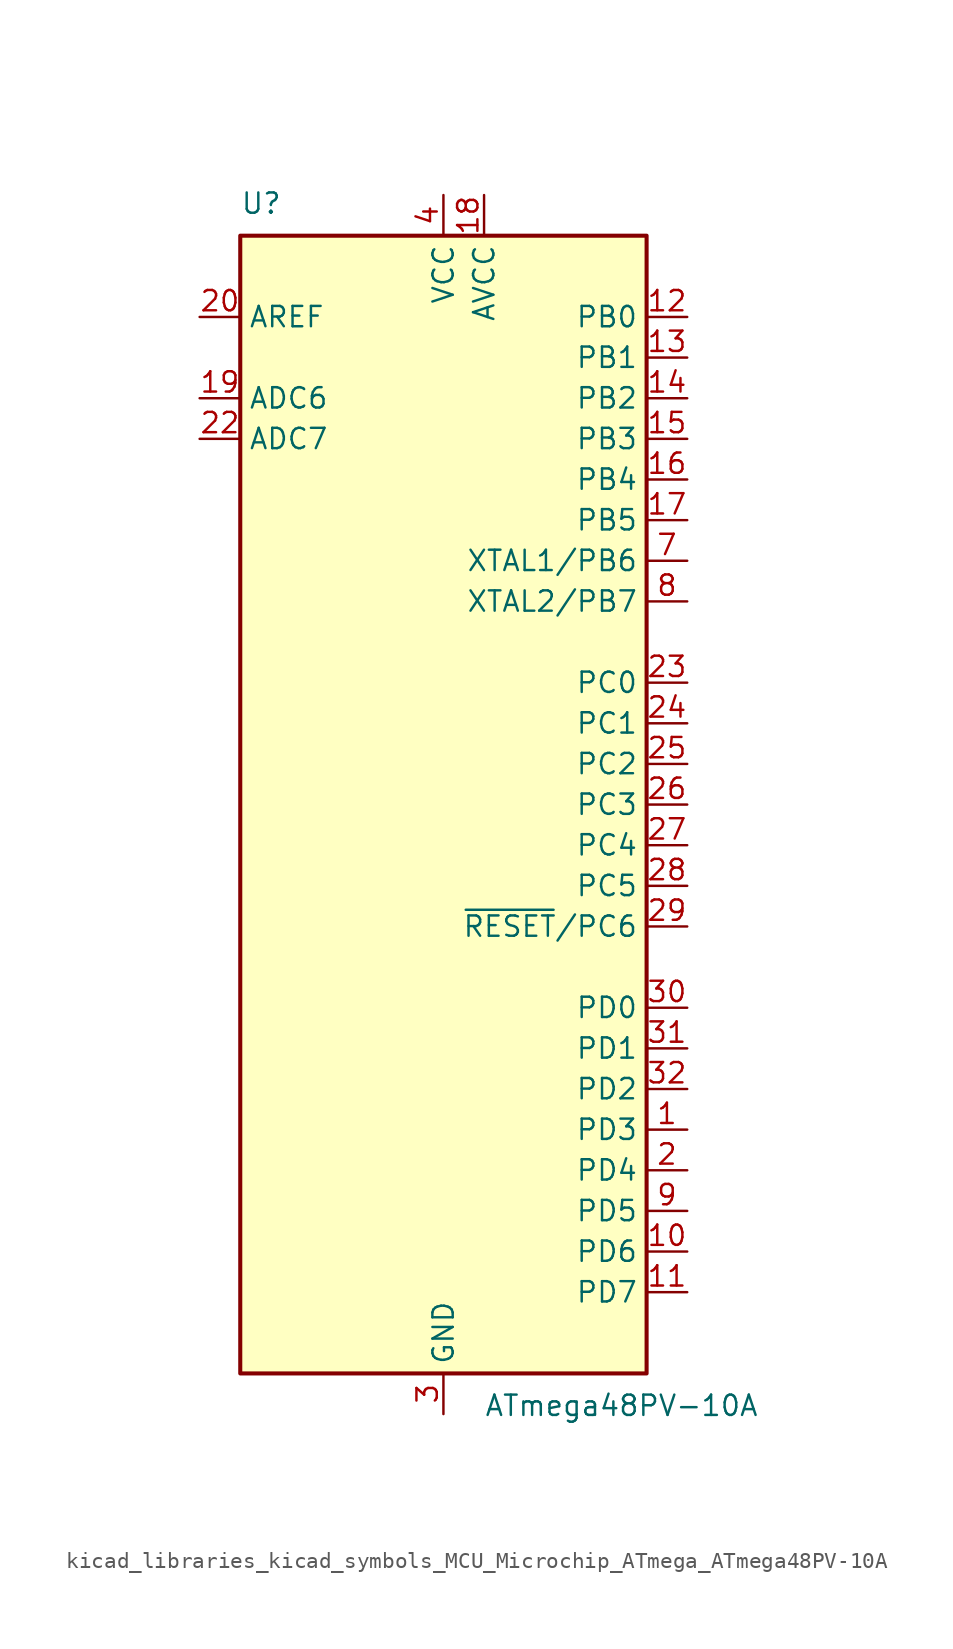
<source format=kicad_sym>
(kicad_symbol_lib
  (version 20220914)
  (generator kicad_symbol_editor)
  (symbol "kicad_libraries_kicad_symbols_MCU_Microchip_ATmega_ATmega48PV-10A"
    (property "Reference" "U"
      (at -12.7 36.83 0)
      (effects (font (size 1.27 1.27)) (justify left bottom)))
    (property "Value" "ATmega48PV-10A"
      (at 2.54 -36.83 0)
      (effects (font (size 1.27 1.27)) (justify left top)))
    (symbol "kicad_libraries_kicad_symbols_MCU_Microchip_ATmega_ATmega48PV-10A_0_1"
      (rectangle (start -12.7 -35.56) (end 12.7 35.56) (stroke (width 0.254) (type default)) (fill (type background))))
    (symbol "kicad_libraries_kicad_symbols_MCU_Microchip_ATmega_ATmega48PV-10A_1_1"
      (pin bidirectional line (at 15.24 -20.32 180) (length 2.54) (name "PD3" (effects (font (size 1.27 1.27)))) (number "1" (effects (font (size 1.27 1.27)))))
      (pin bidirectional line (at 15.24 -27.94 180) (length 2.54) (name "PD6" (effects (font (size 1.27 1.27)))) (number "10" (effects (font (size 1.27 1.27)))))
      (pin bidirectional line (at 15.24 -30.48 180) (length 2.54) (name "PD7" (effects (font (size 1.27 1.27)))) (number "11" (effects (font (size 1.27 1.27)))))
      (pin bidirectional line (at 15.24 30.48 180) (length 2.54) (name "PB0" (effects (font (size 1.27 1.27)))) (number "12" (effects (font (size 1.27 1.27)))))
      (pin bidirectional line (at 15.24 27.94 180) (length 2.54) (name "PB1" (effects (font (size 1.27 1.27)))) (number "13" (effects (font (size 1.27 1.27)))))
      (pin bidirectional line (at 15.24 25.4 180) (length 2.54) (name "PB2" (effects (font (size 1.27 1.27)))) (number "14" (effects (font (size 1.27 1.27)))))
      (pin bidirectional line (at 15.24 22.86 180) (length 2.54) (name "PB3" (effects (font (size 1.27 1.27)))) (number "15" (effects (font (size 1.27 1.27)))))
      (pin bidirectional line (at 15.24 20.32 180) (length 2.54) (name "PB4" (effects (font (size 1.27 1.27)))) (number "16" (effects (font (size 1.27 1.27)))))
      (pin bidirectional line (at 15.24 17.78 180) (length 2.54) (name "PB5" (effects (font (size 1.27 1.27)))) (number "17" (effects (font (size 1.27 1.27)))))
      (pin power_in line (at 2.54 38.1 270) (length 2.54) (name "AVCC" (effects (font (size 1.27 1.27)))) (number "18" (effects (font (size 1.27 1.27)))))
      (pin input line (at -15.24 25.4 0) (length 2.54) (name "ADC6" (effects (font (size 1.27 1.27)))) (number "19" (effects (font (size 1.27 1.27)))))
      (pin bidirectional line (at 15.24 -22.86 180) (length 2.54) (name "PD4" (effects (font (size 1.27 1.27)))) (number "2" (effects (font (size 1.27 1.27)))))
      (pin passive line (at -15.24 30.48 0) (length 2.54) (name "AREF" (effects (font (size 1.27 1.27)))) (number "20" (effects (font (size 1.27 1.27)))))
      (pin passive line (at 0 -38.1 90) (length 2.54) hide (name "GND" (effects (font (size 1.27 1.27)))) (number "21" (effects (font (size 1.27 1.27)))))
      (pin input line (at -15.24 22.86 0) (length 2.54) (name "ADC7" (effects (font (size 1.27 1.27)))) (number "22" (effects (font (size 1.27 1.27)))))
      (pin bidirectional line (at 15.24 7.62 180) (length 2.54) (name "PC0" (effects (font (size 1.27 1.27)))) (number "23" (effects (font (size 1.27 1.27)))))
      (pin bidirectional line (at 15.24 5.08 180) (length 2.54) (name "PC1" (effects (font (size 1.27 1.27)))) (number "24" (effects (font (size 1.27 1.27)))))
      (pin bidirectional line (at 15.24 2.54 180) (length 2.54) (name "PC2" (effects (font (size 1.27 1.27)))) (number "25" (effects (font (size 1.27 1.27)))))
      (pin bidirectional line (at 15.24 0 180) (length 2.54) (name "PC3" (effects (font (size 1.27 1.27)))) (number "26" (effects (font (size 1.27 1.27)))))
      (pin bidirectional line (at 15.24 -2.54 180) (length 2.54) (name "PC4" (effects (font (size 1.27 1.27)))) (number "27" (effects (font (size 1.27 1.27)))))
      (pin bidirectional line (at 15.24 -5.08 180) (length 2.54) (name "PC5" (effects (font (size 1.27 1.27)))) (number "28" (effects (font (size 1.27 1.27)))))
      (pin bidirectional line (at 15.24 -7.62 180) (length 2.54) (name "~{RESET}/PC6" (effects (font (size 1.27 1.27)))) (number "29" (effects (font (size 1.27 1.27)))))
      (pin power_in line (at 0 -38.1 90) (length 2.54) (name "GND" (effects (font (size 1.27 1.27)))) (number "3" (effects (font (size 1.27 1.27)))))
      (pin bidirectional line (at 15.24 -12.7 180) (length 2.54) (name "PD0" (effects (font (size 1.27 1.27)))) (number "30" (effects (font (size 1.27 1.27)))))
      (pin bidirectional line (at 15.24 -15.24 180) (length 2.54) (name "PD1" (effects (font (size 1.27 1.27)))) (number "31" (effects (font (size 1.27 1.27)))))
      (pin bidirectional line (at 15.24 -17.78 180) (length 2.54) (name "PD2" (effects (font (size 1.27 1.27)))) (number "32" (effects (font (size 1.27 1.27)))))
      (pin power_in line (at 0 38.1 270) (length 2.54) (name "VCC" (effects (font (size 1.27 1.27)))) (number "4" (effects (font (size 1.27 1.27)))))
      (pin passive line (at 0 -38.1 90) (length 2.54) hide (name "GND" (effects (font (size 1.27 1.27)))) (number "5" (effects (font (size 1.27 1.27)))))
      (pin passive line (at 0 38.1 270) (length 2.54) hide (name "VCC" (effects (font (size 1.27 1.27)))) (number "6" (effects (font (size 1.27 1.27)))))
      (pin bidirectional line (at 15.24 15.24 180) (length 2.54) (name "XTAL1/PB6" (effects (font (size 1.27 1.27)))) (number "7" (effects (font (size 1.27 1.27)))))
      (pin bidirectional line (at 15.24 12.7 180) (length 2.54) (name "XTAL2/PB7" (effects (font (size 1.27 1.27)))) (number "8" (effects (font (size 1.27 1.27)))))
      (pin bidirectional line (at 15.24 -25.4 180) (length 2.54) (name "PD5" (effects (font (size 1.27 1.27)))) (number "9" (effects (font (size 1.27 1.27))))))))
</source>
